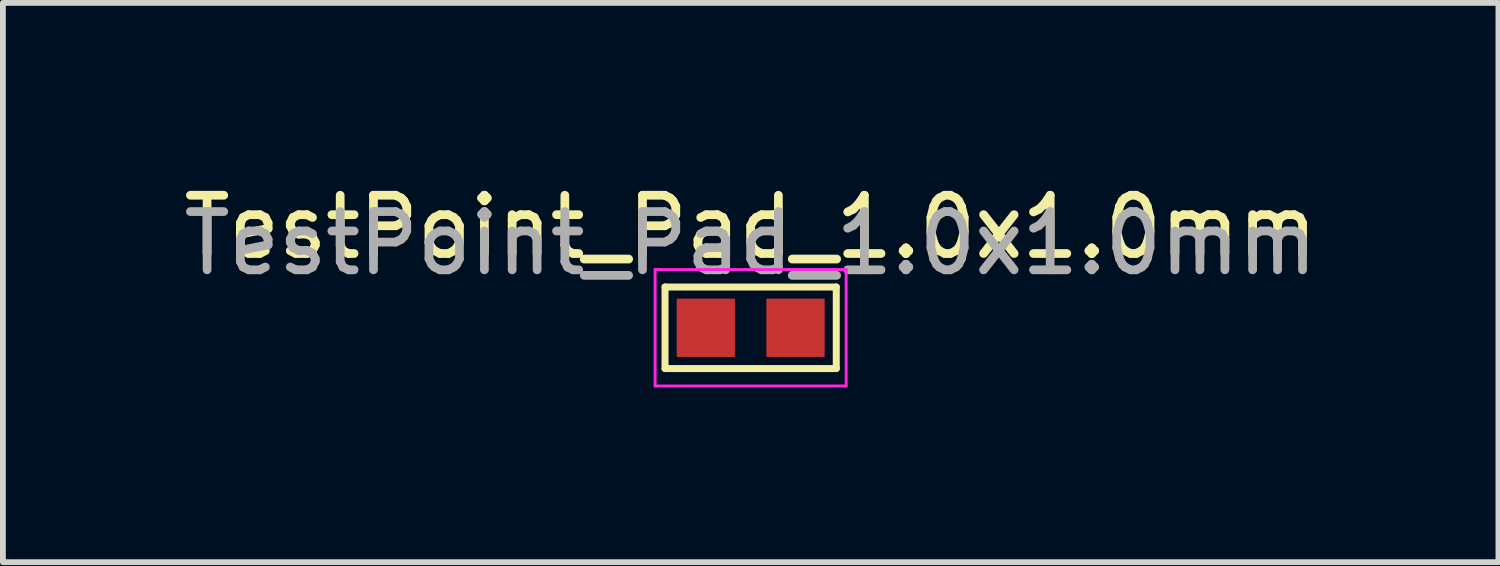
<source format=kicad_pcb>
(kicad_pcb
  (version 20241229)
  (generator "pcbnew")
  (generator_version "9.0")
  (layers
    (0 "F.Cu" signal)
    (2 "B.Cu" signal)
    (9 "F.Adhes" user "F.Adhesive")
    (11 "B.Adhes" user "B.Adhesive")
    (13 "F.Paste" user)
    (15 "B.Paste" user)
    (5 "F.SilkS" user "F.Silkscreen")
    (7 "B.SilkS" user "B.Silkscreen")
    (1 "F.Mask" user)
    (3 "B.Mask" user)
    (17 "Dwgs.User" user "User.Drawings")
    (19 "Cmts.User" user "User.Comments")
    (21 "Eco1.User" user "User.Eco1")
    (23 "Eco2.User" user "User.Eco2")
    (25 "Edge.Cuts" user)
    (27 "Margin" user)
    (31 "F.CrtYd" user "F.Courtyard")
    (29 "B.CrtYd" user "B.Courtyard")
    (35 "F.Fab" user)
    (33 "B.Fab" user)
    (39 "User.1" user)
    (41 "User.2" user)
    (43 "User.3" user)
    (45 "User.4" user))
  (footprint "TestPoint_Pad_1.0x1.0mm"
    (layer "F.Cu")
    (at 9.839 2.578)
    (property "Reference" "TestPoint_Pad_1.0x1.0mm" (at 0 -1.73 0) (layer "F.SilkS") (effects (font (size 1 1) (thickness 0.15))))
    (attr exclude_from_pos_files exclude_from_bom)
    (fp_line (start -1.47 -0.7) (end 1.47 -0.7) (stroke (width 0.12) (type solid)) (layer "F.SilkS"))
    (fp_line (start -1.47 0.7) (end -1.47 -0.7) (stroke (width 0.12) (type solid)) (layer "F.SilkS"))
    (fp_line (start 1.47 -0.7) (end 1.47 0.7) (stroke (width 0.12) (type solid)) (layer "F.SilkS"))
    (fp_line (start 1.47 0.7) (end -1.47 0.7) (stroke (width 0.12) (type solid)) (layer "F.SilkS"))
    (fp_line (start -1.64 -1) (end -1.64 1) (stroke (width 0.05) (type solid)) (layer "F.CrtYd"))
    (fp_line (start -1.64 -1) (end 1.64 -1) (stroke (width 0.05) (type solid)) (layer "F.CrtYd"))
    (fp_line (start 1.64 -1) (end 1.64 1) (stroke (width 0.05) (type solid)) (layer "F.CrtYd"))
    (fp_line (start 1.64 1) (end -1.64 1) (stroke (width 0.05) (type solid)) (layer "F.CrtYd"))
    (fp_text user "${REFERENCE}" (at 0 -1.45 0) (layer "F.Fab") (effects (font (size 1 1) (thickness 0.15))))
    (pad "1" smd rect (at -0.77 0) (size 1 1) (layers "F.Cu" "F.Mask"))
    (pad "2" smd rect (at 0.77 0) (size 1 1) (layers "F.Cu" "F.Mask")))
  (gr_rect
    (start -3 -3)
    (end 22.679 6.603)
    (stroke (width 0.1) (type default))
    (fill no)
    (layer "Edge.Cuts")))
</source>
